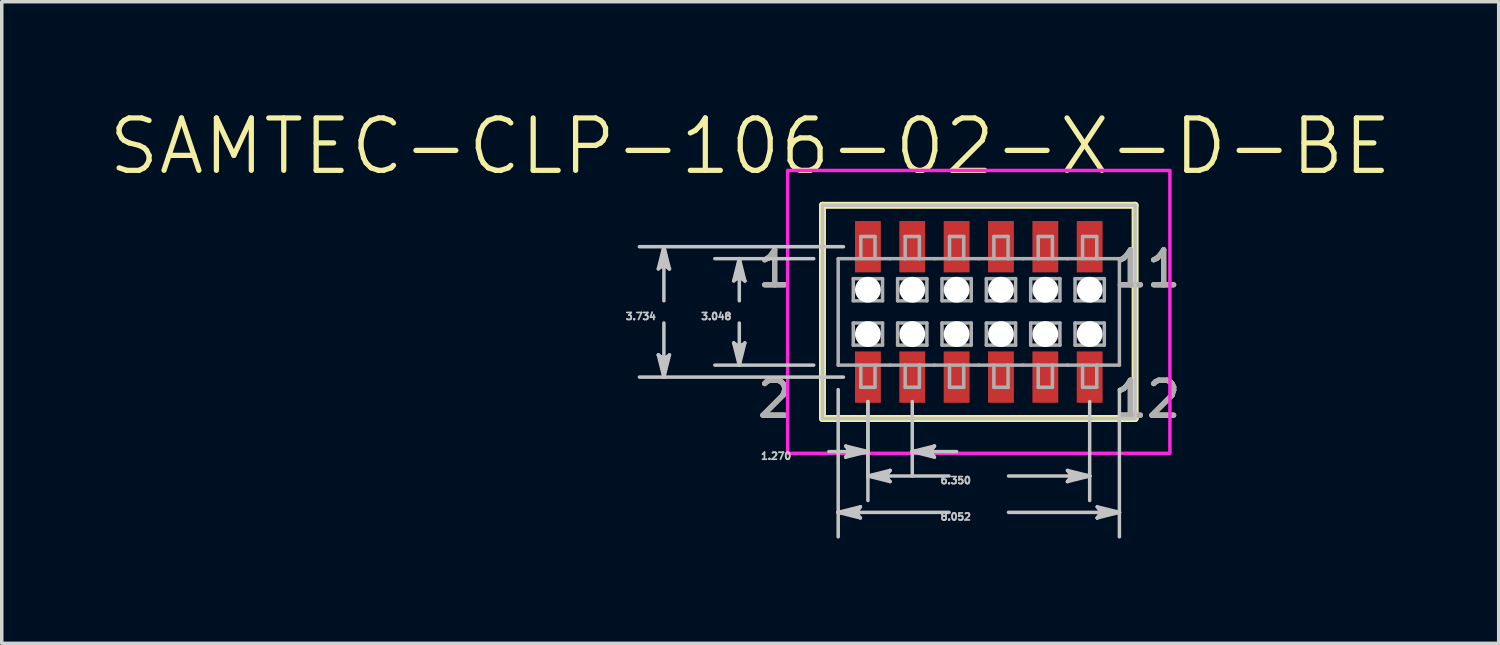
<source format=kicad_pcb>
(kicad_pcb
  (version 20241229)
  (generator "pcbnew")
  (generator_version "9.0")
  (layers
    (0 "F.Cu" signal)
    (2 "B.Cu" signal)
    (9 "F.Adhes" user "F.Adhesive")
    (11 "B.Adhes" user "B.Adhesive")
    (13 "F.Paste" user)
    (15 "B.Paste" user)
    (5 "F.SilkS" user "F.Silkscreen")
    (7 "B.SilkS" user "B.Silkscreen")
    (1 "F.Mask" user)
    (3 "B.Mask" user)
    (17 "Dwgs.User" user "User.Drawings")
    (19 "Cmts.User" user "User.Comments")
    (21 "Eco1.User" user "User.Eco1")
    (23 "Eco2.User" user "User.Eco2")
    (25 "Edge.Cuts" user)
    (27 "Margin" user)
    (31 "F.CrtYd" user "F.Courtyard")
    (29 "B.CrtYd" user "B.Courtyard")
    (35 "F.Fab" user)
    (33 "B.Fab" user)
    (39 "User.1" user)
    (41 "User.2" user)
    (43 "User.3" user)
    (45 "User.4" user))
  (footprint "SAMTEC-CLP-106-02-X-D-BE"
    (layer "F.Cu")
    (at 24.977 5.881)
    (property "Reference" "SAMTEC-CLP-106-02-X-D-BE" (at -6.545 -4.74 0) (layer "F.SilkS") (effects (font (size 1.5 1.5) (thickness 0.15))))
    (attr through_hole)
    (fp_circle (center -3.175 -0.635) (end -2.754 -0.635) (stroke (width 0.1) (type solid)) (fill no) (layer "F.Mask"))
    (fp_circle (center -3.175 0.635) (end -2.754 0.635) (stroke (width 0.1) (type solid)) (fill no) (layer "F.Mask"))
    (fp_circle (center -1.905 -0.635) (end -1.484 -0.635) (stroke (width 0.1) (type solid)) (fill no) (layer "F.Mask"))
    (fp_circle (center -1.905 0.635) (end -1.484 0.635) (stroke (width 0.1) (type solid)) (fill no) (layer "F.Mask"))
    (fp_circle (center -0.635 -0.635) (end -0.214 -0.635) (stroke (width 0.1) (type solid)) (fill no) (layer "F.Mask"))
    (fp_circle (center -0.635 0.635) (end -0.214 0.635) (stroke (width 0.1) (type solid)) (fill no) (layer "F.Mask"))
    (fp_circle (center 0.635 -0.635) (end 1.056 -0.635) (stroke (width 0.1) (type solid)) (fill no) (layer "F.Mask"))
    (fp_circle (center 0.635 0.635) (end 1.056 0.635) (stroke (width 0.1) (type solid)) (fill no) (layer "F.Mask"))
    (fp_circle (center 1.905 -0.635) (end 2.326 -0.635) (stroke (width 0.1) (type solid)) (fill no) (layer "F.Mask"))
    (fp_circle (center 1.905 0.635) (end 2.326 0.635) (stroke (width 0.1) (type solid)) (fill no) (layer "F.Mask"))
    (fp_circle (center 3.175 -0.635) (end 3.596 -0.635) (stroke (width 0.1) (type solid)) (fill no) (layer "F.Mask"))
    (fp_circle (center 3.175 0.635) (end 3.596 0.635) (stroke (width 0.1) (type solid)) (fill no) (layer "F.Mask"))
    (fp_poly (pts (xy -3.596 -2.653) (xy -2.754 -2.653) (xy -2.754 -1.081) (xy -3.596 -1.081)) (stroke (width 0.01) (type solid)) (fill yes) (layer "F.Mask"))
    (fp_poly (pts (xy -3.596 1.081) (xy -2.754 1.081) (xy -2.754 2.653) (xy -3.596 2.653)) (stroke (width 0.01) (type solid)) (fill yes) (layer "F.Mask"))
    (fp_poly (pts (xy -2.326 -2.653) (xy -1.484 -2.653) (xy -1.484 -1.081) (xy -2.326 -1.081)) (stroke (width 0.01) (type solid)) (fill yes) (layer "F.Mask"))
    (fp_poly (pts (xy -2.326 1.081) (xy -1.484 1.081) (xy -1.484 2.653) (xy -2.326 2.653)) (stroke (width 0.01) (type solid)) (fill yes) (layer "F.Mask"))
    (fp_poly (pts (xy -1.056 -2.653) (xy -0.214 -2.653) (xy -0.214 -1.081) (xy -1.056 -1.081)) (stroke (width 0.01) (type solid)) (fill yes) (layer "F.Mask"))
    (fp_poly (pts (xy -1.056 1.081) (xy -0.214 1.081) (xy -0.214 2.653) (xy -1.056 2.653)) (stroke (width 0.01) (type solid)) (fill yes) (layer "F.Mask"))
    (fp_poly (pts (xy 0.214 -2.653) (xy 1.056 -2.653) (xy 1.056 -1.081) (xy 0.214 -1.081)) (stroke (width 0.01) (type solid)) (fill yes) (layer "F.Mask"))
    (fp_poly (pts (xy 0.214 1.081) (xy 1.056 1.081) (xy 1.056 2.653) (xy 0.214 2.653)) (stroke (width 0.01) (type solid)) (fill yes) (layer "F.Mask"))
    (fp_poly (pts (xy 1.484 -2.653) (xy 2.326 -2.653) (xy 2.326 -1.081) (xy 1.484 -1.081)) (stroke (width 0.01) (type solid)) (fill yes) (layer "F.Mask"))
    (fp_poly (pts (xy 1.484 1.081) (xy 2.326 1.081) (xy 2.326 2.653) (xy 1.484 2.653)) (stroke (width 0.01) (type solid)) (fill yes) (layer "F.Mask"))
    (fp_poly (pts (xy 2.754 -2.653) (xy 3.596 -2.653) (xy 3.596 -1.081) (xy 2.754 -1.081)) (stroke (width 0.01) (type solid)) (fill yes) (layer "F.Mask"))
    (fp_poly (pts (xy 2.754 1.081) (xy 3.596 1.081) (xy 3.596 2.653) (xy 2.754 2.653)) (stroke (width 0.01) (type solid)) (fill yes) (layer "F.Mask"))
    (fp_circle (center -3.175 -0.635) (end -2.754 -0.635) (stroke (width 0.1) (type solid)) (fill no) (layer "B.Mask"))
    (fp_circle (center -3.175 0.635) (end -2.754 0.635) (stroke (width 0.1) (type solid)) (fill no) (layer "B.Mask"))
    (fp_circle (center -1.905 -0.635) (end -1.484 -0.635) (stroke (width 0.1) (type solid)) (fill no) (layer "B.Mask"))
    (fp_circle (center -1.905 0.635) (end -1.484 0.635) (stroke (width 0.1) (type solid)) (fill no) (layer "B.Mask"))
    (fp_circle (center -0.635 -0.635) (end -0.214 -0.635) (stroke (width 0.1) (type solid)) (fill no) (layer "B.Mask"))
    (fp_circle (center -0.635 0.635) (end -0.214 0.635) (stroke (width 0.1) (type solid)) (fill no) (layer "B.Mask"))
    (fp_circle (center 0.635 -0.635) (end 1.056 -0.635) (stroke (width 0.1) (type solid)) (fill no) (layer "B.Mask"))
    (fp_circle (center 0.635 0.635) (end 1.056 0.635) (stroke (width 0.1) (type solid)) (fill no) (layer "B.Mask"))
    (fp_circle (center 1.905 -0.635) (end 2.326 -0.635) (stroke (width 0.1) (type solid)) (fill no) (layer "B.Mask"))
    (fp_circle (center 1.905 0.635) (end 2.326 0.635) (stroke (width 0.1) (type solid)) (fill no) (layer "B.Mask"))
    (fp_circle (center 3.175 -0.635) (end 3.596 -0.635) (stroke (width 0.1) (type solid)) (fill no) (layer "B.Mask"))
    (fp_circle (center 3.175 0.635) (end 3.596 0.635) (stroke (width 0.1) (type solid)) (fill no) (layer "B.Mask"))
    (fp_line (start -4.476 -3.053) (end -4.476 3.053) (stroke (width 0.2) (type solid)) (layer "F.SilkS"))
    (fp_line (start -4.476 3.053) (end 4.476 3.053) (stroke (width 0.2) (type solid)) (layer "F.SilkS"))
    (fp_line (start 4.476 -3.053) (end -4.476 -3.053) (stroke (width 0.2) (type solid)) (layer "F.SilkS"))
    (fp_line (start 4.476 3.053) (end 4.476 -3.053) (stroke (width 0.2) (type solid)) (layer "F.SilkS"))
    (fp_poly (pts (xy -3.545 -2.602) (xy -2.805 -2.602) (xy -2.805 -1.132) (xy -3.545 -1.132)) (stroke (width 0.01) (type solid)) (fill yes) (layer "F.Paste"))
    (fp_poly (pts (xy -3.545 1.132) (xy -2.805 1.132) (xy -2.805 2.602) (xy -3.545 2.602)) (stroke (width 0.01) (type solid)) (fill yes) (layer "F.Paste"))
    (fp_poly (pts (xy -2.275 -2.602) (xy -1.535 -2.602) (xy -1.535 -1.132) (xy -2.275 -1.132)) (stroke (width 0.01) (type solid)) (fill yes) (layer "F.Paste"))
    (fp_poly (pts (xy -2.275 1.132) (xy -1.535 1.132) (xy -1.535 2.602) (xy -2.275 2.602)) (stroke (width 0.01) (type solid)) (fill yes) (layer "F.Paste"))
    (fp_poly (pts (xy -1.005 -2.602) (xy -0.265 -2.602) (xy -0.265 -1.132) (xy -1.005 -1.132)) (stroke (width 0.01) (type solid)) (fill yes) (layer "F.Paste"))
    (fp_poly (pts (xy -1.005 1.132) (xy -0.265 1.132) (xy -0.265 2.602) (xy -1.005 2.602)) (stroke (width 0.01) (type solid)) (fill yes) (layer "F.Paste"))
    (fp_poly (pts (xy 0.265 -2.602) (xy 1.005 -2.602) (xy 1.005 -1.132) (xy 0.265 -1.132)) (stroke (width 0.01) (type solid)) (fill yes) (layer "F.Paste"))
    (fp_poly (pts (xy 0.265 1.132) (xy 1.005 1.132) (xy 1.005 2.602) (xy 0.265 2.602)) (stroke (width 0.01) (type solid)) (fill yes) (layer "F.Paste"))
    (fp_poly (pts (xy 1.535 -2.602) (xy 2.275 -2.602) (xy 2.275 -1.132) (xy 1.535 -1.132)) (stroke (width 0.01) (type solid)) (fill yes) (layer "F.Paste"))
    (fp_poly (pts (xy 1.535 1.132) (xy 2.275 1.132) (xy 2.275 2.602) (xy 1.535 2.602)) (stroke (width 0.01) (type solid)) (fill yes) (layer "F.Paste"))
    (fp_poly (pts (xy 2.805 -2.602) (xy 3.545 -2.602) (xy 3.545 -1.132) (xy 2.805 -1.132)) (stroke (width 0.01) (type solid)) (fill yes) (layer "F.Paste"))
    (fp_poly (pts (xy 2.805 1.132) (xy 3.545 1.132) (xy 3.545 2.602) (xy 2.805 2.602)) (stroke (width 0.01) (type solid)) (fill yes) (layer "F.Paste"))
    (fp_line (start -9.176 -1.232) (end -9.017 -1.359) (stroke (width 0.1) (type solid)) (layer "Dwgs.User"))
    (fp_line (start -9.176 1.232) (end -9.017 1.867) (stroke (width 0.1) (type solid)) (layer "Dwgs.User"))
    (fp_line (start -9.096 -1.295) (end -9.017 -1.359) (stroke (width 0.1) (type solid)) (layer "Dwgs.User"))
    (fp_line (start -9.096 1.295) (end -9.176 1.232) (stroke (width 0.1) (type solid)) (layer "Dwgs.User"))
    (fp_line (start -9.017 -1.867) (end -9.176 -1.232) (stroke (width 0.1) (type solid)) (layer "Dwgs.User"))
    (fp_line (start -9.017 -1.867) (end -9.096 -1.295) (stroke (width 0.1) (type solid)) (layer "Dwgs.User"))
    (fp_line (start -9.017 -1.867) (end -8.938 -1.295) (stroke (width 0.1) (type solid)) (layer "Dwgs.User"))
    (fp_line (start -9.017 -1.359) (end -9.017 -1.867) (stroke (width 0.1) (type solid)) (layer "Dwgs.User"))
    (fp_line (start -9.017 -1.359) (end -8.858 -1.232) (stroke (width 0.1) (type solid)) (layer "Dwgs.User"))
    (fp_line (start -9.017 -0.318) (end -9.017 -1.867) (stroke (width 0.1) (type solid)) (layer "Dwgs.User"))
    (fp_line (start -9.017 0.318) (end -9.017 1.867) (stroke (width 0.1) (type solid)) (layer "Dwgs.User"))
    (fp_line (start -9.017 1.359) (end -9.176 1.232) (stroke (width 0.1) (type solid)) (layer "Dwgs.User"))
    (fp_line (start -9.017 1.359) (end -9.017 1.867) (stroke (width 0.1) (type solid)) (layer "Dwgs.User"))
    (fp_line (start -9.017 1.867) (end -9.096 1.295) (stroke (width 0.1) (type solid)) (layer "Dwgs.User"))
    (fp_line (start -9.017 1.867) (end -8.938 1.295) (stroke (width 0.1) (type solid)) (layer "Dwgs.User"))
    (fp_line (start -9.017 1.867) (end -8.858 1.232) (stroke (width 0.1) (type solid)) (layer "Dwgs.User"))
    (fp_line (start -8.938 -1.295) (end -8.858 -1.232) (stroke (width 0.1) (type solid)) (layer "Dwgs.User"))
    (fp_line (start -8.938 1.295) (end -9.017 1.359) (stroke (width 0.1) (type solid)) (layer "Dwgs.User"))
    (fp_line (start -8.858 -1.232) (end -9.017 -1.867) (stroke (width 0.1) (type solid)) (layer "Dwgs.User"))
    (fp_line (start -8.858 1.232) (end -9.017 1.359) (stroke (width 0.1) (type solid)) (layer "Dwgs.User"))
    (fp_line (start -7.017 -0.889) (end -6.858 -1.016) (stroke (width 0.1) (type solid)) (layer "Dwgs.User"))
    (fp_line (start -7.017 0.889) (end -6.858 1.524) (stroke (width 0.1) (type solid)) (layer "Dwgs.User"))
    (fp_line (start -6.937 -0.952) (end -6.858 -1.016) (stroke (width 0.1) (type solid)) (layer "Dwgs.User"))
    (fp_line (start -6.937 0.952) (end -7.017 0.889) (stroke (width 0.1) (type solid)) (layer "Dwgs.User"))
    (fp_line (start -6.858 -1.524) (end -7.017 -0.889) (stroke (width 0.1) (type solid)) (layer "Dwgs.User"))
    (fp_line (start -6.858 -1.524) (end -6.937 -0.952) (stroke (width 0.1) (type solid)) (layer "Dwgs.User"))
    (fp_line (start -6.858 -1.524) (end -6.779 -0.952) (stroke (width 0.1) (type solid)) (layer "Dwgs.User"))
    (fp_line (start -6.858 -1.016) (end -6.858 -1.524) (stroke (width 0.1) (type solid)) (layer "Dwgs.User"))
    (fp_line (start -6.858 -1.016) (end -6.699 -0.889) (stroke (width 0.1) (type solid)) (layer "Dwgs.User"))
    (fp_line (start -6.858 -0.318) (end -6.858 -1.524) (stroke (width 0.1) (type solid)) (layer "Dwgs.User"))
    (fp_line (start -6.858 0.318) (end -6.858 1.524) (stroke (width 0.1) (type solid)) (layer "Dwgs.User"))
    (fp_line (start -6.858 1.016) (end -7.017 0.889) (stroke (width 0.1) (type solid)) (layer "Dwgs.User"))
    (fp_line (start -6.858 1.016) (end -6.858 1.524) (stroke (width 0.1) (type solid)) (layer "Dwgs.User"))
    (fp_line (start -6.858 1.524) (end -6.937 0.952) (stroke (width 0.1) (type solid)) (layer "Dwgs.User"))
    (fp_line (start -6.858 1.524) (end -6.779 0.952) (stroke (width 0.1) (type solid)) (layer "Dwgs.User"))
    (fp_line (start -6.858 1.524) (end -6.699 0.889) (stroke (width 0.1) (type solid)) (layer "Dwgs.User"))
    (fp_line (start -6.779 -0.952) (end -6.699 -0.889) (stroke (width 0.1) (type solid)) (layer "Dwgs.User"))
    (fp_line (start -6.779 0.952) (end -6.858 1.016) (stroke (width 0.1) (type solid)) (layer "Dwgs.User"))
    (fp_line (start -6.699 -0.889) (end -6.858 -1.524) (stroke (width 0.1) (type solid)) (layer "Dwgs.User"))
    (fp_line (start -6.699 0.889) (end -6.858 1.016) (stroke (width 0.1) (type solid)) (layer "Dwgs.User"))
    (fp_line (start -4.727 -1.524) (end -7.559 -1.524) (stroke (width 0.1) (type solid)) (layer "Dwgs.User"))
    (fp_line (start -4.727 1.524) (end -7.559 1.524) (stroke (width 0.1) (type solid)) (layer "Dwgs.User"))
    (fp_line (start -4.476 -3.053) (end -4.476 3.053) (stroke (width 0.1) (type solid)) (layer "Dwgs.User"))
    (fp_line (start -4.476 3.053) (end 4.476 3.053) (stroke (width 0.1) (type solid)) (layer "Dwgs.User"))
    (fp_line (start -4.293 4) (end -3.175 4) (stroke (width 0.1) (type solid)) (layer "Dwgs.User"))
    (fp_line (start -4.026 2.225) (end -4.026 6.441) (stroke (width 0.1) (type solid)) (layer "Dwgs.User"))
    (fp_line (start -4.026 5.74) (end -3.454 5.661) (stroke (width 0.1) (type solid)) (layer "Dwgs.User"))
    (fp_line (start -4.026 5.74) (end -3.454 5.82) (stroke (width 0.1) (type solid)) (layer "Dwgs.User"))
    (fp_line (start -4.026 5.74) (end -3.391 5.899) (stroke (width 0.1) (type solid)) (layer "Dwgs.User"))
    (fp_line (start -3.876 -1.867) (end -9.718 -1.867) (stroke (width 0.1) (type solid)) (layer "Dwgs.User"))
    (fp_line (start -3.876 1.867) (end -9.718 1.867) (stroke (width 0.1) (type solid)) (layer "Dwgs.User"))
    (fp_line (start -3.81 3.842) (end -3.683 4) (stroke (width 0.1) (type solid)) (layer "Dwgs.User"))
    (fp_line (start -3.81 4.159) (end -3.175 4) (stroke (width 0.1) (type solid)) (layer "Dwgs.User"))
    (fp_line (start -3.746 3.921) (end -3.683 4) (stroke (width 0.1) (type solid)) (layer "Dwgs.User"))
    (fp_line (start -3.746 4.08) (end -3.81 4.159) (stroke (width 0.1) (type solid)) (layer "Dwgs.User"))
    (fp_line (start -3.683 4) (end -3.81 4.159) (stroke (width 0.1) (type solid)) (layer "Dwgs.User"))
    (fp_line (start -3.683 4) (end -3.175 4) (stroke (width 0.1) (type solid)) (layer "Dwgs.User"))
    (fp_line (start -3.518 5.74) (end -4.026 5.74) (stroke (width 0.1) (type solid)) (layer "Dwgs.User"))
    (fp_line (start -3.518 5.74) (end -3.391 5.582) (stroke (width 0.1) (type solid)) (layer "Dwgs.User"))
    (fp_line (start -3.454 5.661) (end -3.391 5.582) (stroke (width 0.1) (type solid)) (layer "Dwgs.User"))
    (fp_line (start -3.454 5.82) (end -3.518 5.74) (stroke (width 0.1) (type solid)) (layer "Dwgs.User"))
    (fp_line (start -3.391 5.582) (end -4.026 5.74) (stroke (width 0.1) (type solid)) (layer "Dwgs.User"))
    (fp_line (start -3.391 5.899) (end -3.518 5.74) (stroke (width 0.1) (type solid)) (layer "Dwgs.User"))
    (fp_line (start -3.175 2.568) (end -3.175 4.702) (stroke (width 0.1) (type solid)) (layer "Dwgs.User"))
    (fp_line (start -3.175 2.568) (end -3.175 5.4) (stroke (width 0.1) (type solid)) (layer "Dwgs.User"))
    (fp_line (start -3.175 4) (end -3.81 3.842) (stroke (width 0.1) (type solid)) (layer "Dwgs.User"))
    (fp_line (start -3.175 4) (end -3.746 3.921) (stroke (width 0.1) (type solid)) (layer "Dwgs.User"))
    (fp_line (start -3.175 4) (end -3.746 4.08) (stroke (width 0.1) (type solid)) (layer "Dwgs.User"))
    (fp_line (start -3.175 4.699) (end -2.604 4.62) (stroke (width 0.1) (type solid)) (layer "Dwgs.User"))
    (fp_line (start -3.175 4.699) (end -2.604 4.778) (stroke (width 0.1) (type solid)) (layer "Dwgs.User"))
    (fp_line (start -3.175 4.699) (end -2.54 4.858) (stroke (width 0.1) (type solid)) (layer "Dwgs.User"))
    (fp_line (start -2.667 4.699) (end -3.175 4.699) (stroke (width 0.1) (type solid)) (layer "Dwgs.User"))
    (fp_line (start -2.667 4.699) (end -2.54 4.54) (stroke (width 0.1) (type solid)) (layer "Dwgs.User"))
    (fp_line (start -2.604 4.62) (end -2.54 4.54) (stroke (width 0.1) (type solid)) (layer "Dwgs.User"))
    (fp_line (start -2.604 4.778) (end -2.667 4.699) (stroke (width 0.1) (type solid)) (layer "Dwgs.User"))
    (fp_line (start -2.54 4.54) (end -3.175 4.699) (stroke (width 0.1) (type solid)) (layer "Dwgs.User"))
    (fp_line (start -2.54 4.858) (end -2.667 4.699) (stroke (width 0.1) (type solid)) (layer "Dwgs.User"))
    (fp_line (start -1.905 2.568) (end -1.905 4.702) (stroke (width 0.1) (type solid)) (layer "Dwgs.User"))
    (fp_line (start -1.905 4) (end -1.334 3.921) (stroke (width 0.1) (type solid)) (layer "Dwgs.User"))
    (fp_line (start -1.905 4) (end -1.334 4.08) (stroke (width 0.1) (type solid)) (layer "Dwgs.User"))
    (fp_line (start -1.905 4) (end -1.27 4.159) (stroke (width 0.1) (type solid)) (layer "Dwgs.User"))
    (fp_line (start -1.397 4) (end -1.905 4) (stroke (width 0.1) (type solid)) (layer "Dwgs.User"))
    (fp_line (start -1.397 4) (end -1.27 3.842) (stroke (width 0.1) (type solid)) (layer "Dwgs.User"))
    (fp_line (start -1.334 3.921) (end -1.27 3.842) (stroke (width 0.1) (type solid)) (layer "Dwgs.User"))
    (fp_line (start -1.334 4.08) (end -1.397 4) (stroke (width 0.1) (type solid)) (layer "Dwgs.User"))
    (fp_line (start -1.27 3.842) (end -1.905 4) (stroke (width 0.1) (type solid)) (layer "Dwgs.User"))
    (fp_line (start -1.27 4.159) (end -1.397 4) (stroke (width 0.1) (type solid)) (layer "Dwgs.User"))
    (fp_line (start -0.851 4.699) (end -3.175 4.699) (stroke (width 0.1) (type solid)) (layer "Dwgs.User"))
    (fp_line (start -0.851 5.74) (end -4.026 5.74) (stroke (width 0.1) (type solid)) (layer "Dwgs.User"))
    (fp_line (start -0.635 4) (end -1.905 4) (stroke (width 0.1) (type solid)) (layer "Dwgs.User"))
    (fp_line (start 0.851 4.699) (end 3.175 4.699) (stroke (width 0.1) (type solid)) (layer "Dwgs.User"))
    (fp_line (start 0.851 5.74) (end 4.026 5.74) (stroke (width 0.1) (type solid)) (layer "Dwgs.User"))
    (fp_line (start 2.54 4.54) (end 2.667 4.699) (stroke (width 0.1) (type solid)) (layer "Dwgs.User"))
    (fp_line (start 2.54 4.858) (end 3.175 4.699) (stroke (width 0.1) (type solid)) (layer "Dwgs.User"))
    (fp_line (start 2.604 4.62) (end 2.667 4.699) (stroke (width 0.1) (type solid)) (layer "Dwgs.User"))
    (fp_line (start 2.604 4.778) (end 2.54 4.858) (stroke (width 0.1) (type solid)) (layer "Dwgs.User"))
    (fp_line (start 2.667 4.699) (end 2.54 4.858) (stroke (width 0.1) (type solid)) (layer "Dwgs.User"))
    (fp_line (start 2.667 4.699) (end 3.175 4.699) (stroke (width 0.1) (type solid)) (layer "Dwgs.User"))
    (fp_line (start 3.175 2.568) (end 3.175 5.4) (stroke (width 0.1) (type solid)) (layer "Dwgs.User"))
    (fp_line (start 3.175 4.699) (end 2.54 4.54) (stroke (width 0.1) (type solid)) (layer "Dwgs.User"))
    (fp_line (start 3.175 4.699) (end 2.604 4.62) (stroke (width 0.1) (type solid)) (layer "Dwgs.User"))
    (fp_line (start 3.175 4.699) (end 2.604 4.778) (stroke (width 0.1) (type solid)) (layer "Dwgs.User"))
    (fp_line (start 3.391 5.582) (end 3.518 5.74) (stroke (width 0.1) (type solid)) (layer "Dwgs.User"))
    (fp_line (start 3.391 5.899) (end 4.026 5.74) (stroke (width 0.1) (type solid)) (layer "Dwgs.User"))
    (fp_line (start 3.454 5.661) (end 3.518 5.74) (stroke (width 0.1) (type solid)) (layer "Dwgs.User"))
    (fp_line (start 3.454 5.82) (end 3.391 5.899) (stroke (width 0.1) (type solid)) (layer "Dwgs.User"))
    (fp_line (start 3.518 5.74) (end 3.391 5.899) (stroke (width 0.1) (type solid)) (layer "Dwgs.User"))
    (fp_line (start 3.518 5.74) (end 4.026 5.74) (stroke (width 0.1) (type solid)) (layer "Dwgs.User"))
    (fp_line (start 4.026 2.225) (end 4.026 6.441) (stroke (width 0.1) (type solid)) (layer "Dwgs.User"))
    (fp_line (start 4.026 5.74) (end 3.391 5.582) (stroke (width 0.1) (type solid)) (layer "Dwgs.User"))
    (fp_line (start 4.026 5.74) (end 3.454 5.661) (stroke (width 0.1) (type solid)) (layer "Dwgs.User"))
    (fp_line (start 4.026 5.74) (end 3.454 5.82) (stroke (width 0.1) (type solid)) (layer "Dwgs.User"))
    (fp_line (start 4.476 -3.053) (end -4.476 -3.053) (stroke (width 0.1) (type solid)) (layer "Dwgs.User"))
    (fp_line (start 4.476 3.053) (end 4.476 -3.053) (stroke (width 0.1) (type solid)) (layer "Dwgs.User"))
    (fp_poly (pts (xy 5.473 -4.05) (xy -5.473 -4.05) (xy -5.473 4.05) (xy 5.473 4.05) (xy 5.473 -4.05)) (stroke (width 0.1) (type solid)) (fill no) (layer "F.CrtYd"))
    (fp_line (start -4.026 -1.524) (end -2.542 -1.524) (stroke (width 0.1) (type solid)) (layer "F.Fab"))
    (fp_line (start -4.026 1.524) (end -4.026 -1.524) (stroke (width 0.1) (type solid)) (layer "F.Fab"))
    (fp_line (start -3.594 -0.952) (end -2.756 -0.952) (stroke (width 0.1) (type solid)) (layer "F.Fab"))
    (fp_line (start -3.594 -0.318) (end -3.594 -0.952) (stroke (width 0.1) (type solid)) (layer "F.Fab"))
    (fp_line (start -3.594 0.318) (end -2.756 0.318) (stroke (width 0.1) (type solid)) (layer "F.Fab"))
    (fp_line (start -3.594 0.952) (end -3.594 0.318) (stroke (width 0.1) (type solid)) (layer "F.Fab"))
    (fp_line (start -3.378 -2.159) (end -3.378 -1.524) (stroke (width 0.1) (type solid)) (layer "F.Fab"))
    (fp_line (start -3.378 1.524) (end -3.378 2.159) (stroke (width 0.1) (type solid)) (layer "F.Fab"))
    (fp_line (start -3.378 2.159) (end -2.972 2.159) (stroke (width 0.1) (type solid)) (layer "F.Fab"))
    (fp_line (start -2.972 -2.159) (end -3.378 -2.159) (stroke (width 0.1) (type solid)) (layer "F.Fab"))
    (fp_line (start -2.972 -1.524) (end -2.972 -2.159) (stroke (width 0.1) (type solid)) (layer "F.Fab"))
    (fp_line (start -2.972 2.159) (end -2.972 1.524) (stroke (width 0.1) (type solid)) (layer "F.Fab"))
    (fp_line (start -2.756 -0.952) (end -2.756 -0.318) (stroke (width 0.1) (type solid)) (layer "F.Fab"))
    (fp_line (start -2.756 -0.318) (end -3.594 -0.318) (stroke (width 0.1) (type solid)) (layer "F.Fab"))
    (fp_line (start -2.756 0.318) (end -2.756 0.952) (stroke (width 0.1) (type solid)) (layer "F.Fab"))
    (fp_line (start -2.756 0.952) (end -3.594 0.952) (stroke (width 0.1) (type solid)) (layer "F.Fab"))
    (fp_line (start -2.542 -1.524) (end -2.108 -1.524) (stroke (width 0.1) (type solid)) (layer "F.Fab"))
    (fp_line (start -2.54 1.524) (end -4.026 1.524) (stroke (width 0.1) (type solid)) (layer "F.Fab"))
    (fp_line (start -2.54 1.524) (end -2.108 1.524) (stroke (width 0.1) (type solid)) (layer "F.Fab"))
    (fp_line (start -2.324 -0.952) (end -1.486 -0.952) (stroke (width 0.1) (type solid)) (layer "F.Fab"))
    (fp_line (start -2.324 -0.318) (end -2.324 -0.952) (stroke (width 0.1) (type solid)) (layer "F.Fab"))
    (fp_line (start -2.324 0.318) (end -1.486 0.318) (stroke (width 0.1) (type solid)) (layer "F.Fab"))
    (fp_line (start -2.324 0.952) (end -2.324 0.318) (stroke (width 0.1) (type solid)) (layer "F.Fab"))
    (fp_line (start -2.108 -2.159) (end -1.702 -2.159) (stroke (width 0.1) (type solid)) (layer "F.Fab"))
    (fp_line (start -2.108 -1.524) (end -2.108 -2.159) (stroke (width 0.1) (type solid)) (layer "F.Fab"))
    (fp_line (start -2.108 -1.524) (end -1.702 -1.524) (stroke (width 0.1) (type solid)) (layer "F.Fab"))
    (fp_line (start -2.108 1.524) (end -2.108 2.159) (stroke (width 0.1) (type solid)) (layer "F.Fab"))
    (fp_line (start -2.108 1.524) (end -1.702 1.524) (stroke (width 0.1) (type solid)) (layer "F.Fab"))
    (fp_line (start -2.108 2.159) (end -1.702 2.159) (stroke (width 0.1) (type solid)) (layer "F.Fab"))
    (fp_line (start -1.702 -2.159) (end -1.702 -1.524) (stroke (width 0.1) (type solid)) (layer "F.Fab"))
    (fp_line (start -1.702 -1.524) (end -1.27 -1.524) (stroke (width 0.1) (type solid)) (layer "F.Fab"))
    (fp_line (start -1.702 1.524) (end -1.27 1.524) (stroke (width 0.1) (type solid)) (layer "F.Fab"))
    (fp_line (start -1.702 2.159) (end -1.702 1.524) (stroke (width 0.1) (type solid)) (layer "F.Fab"))
    (fp_line (start -1.486 -0.952) (end -1.486 -0.318) (stroke (width 0.1) (type solid)) (layer "F.Fab"))
    (fp_line (start -1.486 -0.318) (end -2.324 -0.318) (stroke (width 0.1) (type solid)) (layer "F.Fab"))
    (fp_line (start -1.486 0.318) (end -1.486 0.952) (stroke (width 0.1) (type solid)) (layer "F.Fab"))
    (fp_line (start -1.486 0.952) (end -2.324 0.952) (stroke (width 0.1) (type solid)) (layer "F.Fab"))
    (fp_line (start -1.272 -1.524) (end -0.838 -1.524) (stroke (width 0.1) (type solid)) (layer "F.Fab"))
    (fp_line (start -1.27 1.524) (end -0.838 1.524) (stroke (width 0.1) (type solid)) (layer "F.Fab"))
    (fp_line (start -1.054 -0.952) (end -0.216 -0.952) (stroke (width 0.1) (type solid)) (layer "F.Fab"))
    (fp_line (start -1.054 -0.318) (end -1.054 -0.952) (stroke (width 0.1) (type solid)) (layer "F.Fab"))
    (fp_line (start -1.054 0.318) (end -0.216 0.318) (stroke (width 0.1) (type solid)) (layer "F.Fab"))
    (fp_line (start -1.054 0.952) (end -1.054 0.318) (stroke (width 0.1) (type solid)) (layer "F.Fab"))
    (fp_line (start -0.838 -2.159) (end -0.432 -2.159) (stroke (width 0.1) (type solid)) (layer "F.Fab"))
    (fp_line (start -0.838 -1.524) (end -0.838 -2.159) (stroke (width 0.1) (type solid)) (layer "F.Fab"))
    (fp_line (start -0.838 -1.524) (end -0.432 -1.524) (stroke (width 0.1) (type solid)) (layer "F.Fab"))
    (fp_line (start -0.838 1.524) (end -0.838 2.159) (stroke (width 0.1) (type solid)) (layer "F.Fab"))
    (fp_line (start -0.838 1.524) (end -0.432 1.524) (stroke (width 0.1) (type solid)) (layer "F.Fab"))
    (fp_line (start -0.838 2.159) (end -0.432 2.159) (stroke (width 0.1) (type solid)) (layer "F.Fab"))
    (fp_line (start -0.432 -2.159) (end -0.432 -1.524) (stroke (width 0.1) (type solid)) (layer "F.Fab"))
    (fp_line (start -0.432 -1.524) (end 0 -1.524) (stroke (width 0.1) (type solid)) (layer "F.Fab"))
    (fp_line (start -0.432 1.524) (end 0 1.524) (stroke (width 0.1) (type solid)) (layer "F.Fab"))
    (fp_line (start -0.432 2.159) (end -0.432 1.524) (stroke (width 0.1) (type solid)) (layer "F.Fab"))
    (fp_line (start -0.216 -0.952) (end -0.216 -0.318) (stroke (width 0.1) (type solid)) (layer "F.Fab"))
    (fp_line (start -0.216 -0.318) (end -1.054 -0.318) (stroke (width 0.1) (type solid)) (layer "F.Fab"))
    (fp_line (start -0.216 0.318) (end -0.216 0.952) (stroke (width 0.1) (type solid)) (layer "F.Fab"))
    (fp_line (start -0.216 0.952) (end -1.054 0.952) (stroke (width 0.1) (type solid)) (layer "F.Fab"))
    (fp_line (start -0.002 -1.524) (end 0.432 -1.524) (stroke (width 0.1) (type solid)) (layer "F.Fab"))
    (fp_line (start 0 1.524) (end 0.432 1.524) (stroke (width 0.1) (type solid)) (layer "F.Fab"))
    (fp_line (start 0.216 -0.952) (end 1.054 -0.952) (stroke (width 0.1) (type solid)) (layer "F.Fab"))
    (fp_line (start 0.216 -0.318) (end 0.216 -0.952) (stroke (width 0.1) (type solid)) (layer "F.Fab"))
    (fp_line (start 0.216 0.318) (end 1.054 0.318) (stroke (width 0.1) (type solid)) (layer "F.Fab"))
    (fp_line (start 0.216 0.952) (end 0.216 0.318) (stroke (width 0.1) (type solid)) (layer "F.Fab"))
    (fp_line (start 0.432 -2.159) (end 0.838 -2.159) (stroke (width 0.1) (type solid)) (layer "F.Fab"))
    (fp_line (start 0.432 -1.524) (end 0.432 -2.159) (stroke (width 0.1) (type solid)) (layer "F.Fab"))
    (fp_line (start 0.432 -1.524) (end 0.838 -1.524) (stroke (width 0.1) (type solid)) (layer "F.Fab"))
    (fp_line (start 0.432 1.524) (end 0.432 2.159) (stroke (width 0.1) (type solid)) (layer "F.Fab"))
    (fp_line (start 0.432 1.524) (end 0.838 1.524) (stroke (width 0.1) (type solid)) (layer "F.Fab"))
    (fp_line (start 0.432 2.159) (end 0.838 2.159) (stroke (width 0.1) (type solid)) (layer "F.Fab"))
    (fp_line (start 0.838 -2.159) (end 0.838 -1.524) (stroke (width 0.1) (type solid)) (layer "F.Fab"))
    (fp_line (start 0.838 -1.524) (end 1.27 -1.524) (stroke (width 0.1) (type solid)) (layer "F.Fab"))
    (fp_line (start 0.838 1.524) (end 1.27 1.524) (stroke (width 0.1) (type solid)) (layer "F.Fab"))
    (fp_line (start 0.838 2.159) (end 0.838 1.524) (stroke (width 0.1) (type solid)) (layer "F.Fab"))
    (fp_line (start 1.054 -0.952) (end 1.054 -0.318) (stroke (width 0.1) (type solid)) (layer "F.Fab"))
    (fp_line (start 1.054 -0.318) (end 0.216 -0.318) (stroke (width 0.1) (type solid)) (layer "F.Fab"))
    (fp_line (start 1.054 0.318) (end 1.054 0.952) (stroke (width 0.1) (type solid)) (layer "F.Fab"))
    (fp_line (start 1.054 0.952) (end 0.216 0.952) (stroke (width 0.1) (type solid)) (layer "F.Fab"))
    (fp_line (start 1.268 -1.524) (end 1.702 -1.524) (stroke (width 0.1) (type solid)) (layer "F.Fab"))
    (fp_line (start 1.27 1.524) (end 1.702 1.524) (stroke (width 0.1) (type solid)) (layer "F.Fab"))
    (fp_line (start 1.486 -0.952) (end 2.324 -0.952) (stroke (width 0.1) (type solid)) (layer "F.Fab"))
    (fp_line (start 1.486 -0.318) (end 1.486 -0.952) (stroke (width 0.1) (type solid)) (layer "F.Fab"))
    (fp_line (start 1.486 0.318) (end 2.324 0.318) (stroke (width 0.1) (type solid)) (layer "F.Fab"))
    (fp_line (start 1.486 0.952) (end 1.486 0.318) (stroke (width 0.1) (type solid)) (layer "F.Fab"))
    (fp_line (start 1.702 -2.159) (end 2.108 -2.159) (stroke (width 0.1) (type solid)) (layer "F.Fab"))
    (fp_line (start 1.702 -1.524) (end 1.702 -2.159) (stroke (width 0.1) (type solid)) (layer "F.Fab"))
    (fp_line (start 1.702 -1.524) (end 2.108 -1.524) (stroke (width 0.1) (type solid)) (layer "F.Fab"))
    (fp_line (start 1.702 1.524) (end 1.702 2.159) (stroke (width 0.1) (type solid)) (layer "F.Fab"))
    (fp_line (start 1.702 1.524) (end 2.108 1.524) (stroke (width 0.1) (type solid)) (layer "F.Fab"))
    (fp_line (start 1.702 2.159) (end 2.108 2.159) (stroke (width 0.1) (type solid)) (layer "F.Fab"))
    (fp_line (start 2.108 -2.159) (end 2.108 -1.524) (stroke (width 0.1) (type solid)) (layer "F.Fab"))
    (fp_line (start 2.108 -1.524) (end 2.54 -1.524) (stroke (width 0.1) (type solid)) (layer "F.Fab"))
    (fp_line (start 2.108 1.524) (end 2.54 1.524) (stroke (width 0.1) (type solid)) (layer "F.Fab"))
    (fp_line (start 2.108 2.159) (end 2.108 1.524) (stroke (width 0.1) (type solid)) (layer "F.Fab"))
    (fp_line (start 2.324 -0.952) (end 2.324 -0.318) (stroke (width 0.1) (type solid)) (layer "F.Fab"))
    (fp_line (start 2.324 -0.318) (end 1.486 -0.318) (stroke (width 0.1) (type solid)) (layer "F.Fab"))
    (fp_line (start 2.324 0.318) (end 2.324 0.952) (stroke (width 0.1) (type solid)) (layer "F.Fab"))
    (fp_line (start 2.324 0.952) (end 1.486 0.952) (stroke (width 0.1) (type solid)) (layer "F.Fab"))
    (fp_line (start 2.54 -1.524) (end 4.026 -1.524) (stroke (width 0.1) (type solid)) (layer "F.Fab"))
    (fp_line (start 2.756 -0.952) (end 3.594 -0.952) (stroke (width 0.1) (type solid)) (layer "F.Fab"))
    (fp_line (start 2.756 -0.318) (end 2.756 -0.952) (stroke (width 0.1) (type solid)) (layer "F.Fab"))
    (fp_line (start 2.756 0.318) (end 3.594 0.318) (stroke (width 0.1) (type solid)) (layer "F.Fab"))
    (fp_line (start 2.756 0.952) (end 2.756 0.318) (stroke (width 0.1) (type solid)) (layer "F.Fab"))
    (fp_line (start 2.972 -2.159) (end 2.972 -1.524) (stroke (width 0.1) (type solid)) (layer "F.Fab"))
    (fp_line (start 2.972 1.524) (end 2.972 2.159) (stroke (width 0.1) (type solid)) (layer "F.Fab"))
    (fp_line (start 2.972 2.159) (end 3.378 2.159) (stroke (width 0.1) (type solid)) (layer "F.Fab"))
    (fp_line (start 3.378 -2.159) (end 2.972 -2.159) (stroke (width 0.1) (type solid)) (layer "F.Fab"))
    (fp_line (start 3.378 -1.524) (end 3.378 -2.159) (stroke (width 0.1) (type solid)) (layer "F.Fab"))
    (fp_line (start 3.378 2.159) (end 3.378 1.524) (stroke (width 0.1) (type solid)) (layer "F.Fab"))
    (fp_line (start 3.594 -0.952) (end 3.594 -0.318) (stroke (width 0.1) (type solid)) (layer "F.Fab"))
    (fp_line (start 3.594 -0.318) (end 2.756 -0.318) (stroke (width 0.1) (type solid)) (layer "F.Fab"))
    (fp_line (start 3.594 0.318) (end 3.594 0.952) (stroke (width 0.1) (type solid)) (layer "F.Fab"))
    (fp_line (start 3.594 0.952) (end 2.756 0.952) (stroke (width 0.1) (type solid)) (layer "F.Fab"))
    (fp_line (start 4.026 -1.524) (end 4.026 1.524) (stroke (width 0.1) (type solid)) (layer "F.Fab"))
    (fp_line (start 4.026 1.524) (end 2.54 1.524) (stroke (width 0.1) (type solid)) (layer "F.Fab"))
    (fp_text user "12" (at 4.817 2.502 0) (layer "F.SilkS") (effects (font (size 1 1) (thickness 0.15))))
    (fp_text user "1" (at -5.846 -1.232 0) (layer "F.SilkS") (effects (font (size 1 1) (thickness 0.15))))
    (fp_text user "2" (at -5.846 2.502 0) (layer "F.SilkS") (effects (font (size 1 1) (thickness 0.15))))
    (fp_text user "11" (at 4.817 -1.232 0) (layer "F.SilkS") (effects (font (size 1 1) (thickness 0.15))))
    (fp_text user "3.048" (at -7.518 0.127 0) (layer "Dwgs.User") (effects (font (size 0.2 0.2) (thickness 0.15))))
    (fp_text user "1.270" (at -5.804 4.128 0) (layer "Dwgs.User") (effects (font (size 0.2 0.2) (thickness 0.15))))
    (fp_text user "8.052" (at -0.66 5.867 0) (layer "Dwgs.User") (effects (font (size 0.2 0.2) (thickness 0.15))))
    (fp_text user "6.350" (at -0.66 4.826 0) (layer "Dwgs.User") (effects (font (size 0.2 0.2) (thickness 0.15))))
    (fp_text user "3.734" (at -9.677 0.127 0) (layer "Dwgs.User") (effects (font (size 0.2 0.2) (thickness 0.15))))
    (fp_text user "2" (at -5.846 2.502 0) (layer "F.Fab") (effects (font (size 1 1) (thickness 0.15))))
    (fp_text user "12" (at 4.817 2.502 0) (layer "F.Fab") (effects (font (size 1 1) (thickness 0.15))))
    (fp_text user "11" (at 4.817 -1.232 0) (layer "F.Fab") (effects (font (size 1 1) (thickness 0.15))))
    (fp_text user "1" (at -5.846 -1.232 0) (layer "F.Fab") (effects (font (size 1 1) (thickness 0.15))))
    (pad "" np_thru_hole circle (at -3.175 -0.635) (size 0.74 0.74) (drill 0.74) (layers "*.Cu" "*.Mask"))
    (pad "" np_thru_hole circle (at -3.175 0.635) (size 0.74 0.74) (drill 0.74) (layers "*.Cu" "*.Mask"))
    (pad "" np_thru_hole circle (at -1.905 -0.635) (size 0.74 0.74) (drill 0.74) (layers "*.Cu" "*.Mask"))
    (pad "" np_thru_hole circle (at -1.905 0.635) (size 0.74 0.74) (drill 0.74) (layers "*.Cu" "*.Mask"))
    (pad "" np_thru_hole circle (at -0.635 -0.635) (size 0.74 0.74) (drill 0.74) (layers "*.Cu" "*.Mask"))
    (pad "" np_thru_hole circle (at -0.635 0.635) (size 0.74 0.74) (drill 0.74) (layers "*.Cu" "*.Mask"))
    (pad "" np_thru_hole circle (at 0.635 -0.635) (size 0.74 0.74) (drill 0.74) (layers "*.Cu" "*.Mask"))
    (pad "" np_thru_hole circle (at 0.635 0.635) (size 0.74 0.74) (drill 0.74) (layers "*.Cu" "*.Mask"))
    (pad "" np_thru_hole circle (at 1.905 -0.635) (size 0.74 0.74) (drill 0.74) (layers "*.Cu" "*.Mask"))
    (pad "" np_thru_hole circle (at 1.905 0.635) (size 0.74 0.74) (drill 0.74) (layers "*.Cu" "*.Mask"))
    (pad "" np_thru_hole circle (at 3.175 -0.635) (size 0.74 0.74) (drill 0.74) (layers "*.Cu" "*.Mask"))
    (pad "" np_thru_hole circle (at 3.175 0.635) (size 0.74 0.74) (drill 0.74) (layers "*.Cu" "*.Mask"))
    (pad "1" smd rect (at -3.175 -1.867) (size 0.74 1.47) (layers "F.Cu" "F.Paste"))
    (pad "2" smd rect (at -3.175 1.867) (size 0.74 1.47) (layers "F.Cu" "F.Paste"))
    (pad "3" smd rect (at -1.905 -1.867) (size 0.74 1.47) (layers "F.Cu" "F.Paste"))
    (pad "4" smd rect (at -1.905 1.867) (size 0.74 1.47) (layers "F.Cu" "F.Paste"))
    (pad "5" smd rect (at -0.635 -1.867) (size 0.74 1.47) (layers "F.Cu" "F.Paste"))
    (pad "6" smd rect (at -0.635 1.867) (size 0.74 1.47) (layers "F.Cu" "F.Paste"))
    (pad "7" smd rect (at 0.635 -1.867) (size 0.74 1.47) (layers "F.Cu" "F.Paste"))
    (pad "8" smd rect (at 0.635 1.867) (size 0.74 1.47) (layers "F.Cu" "F.Paste"))
    (pad "9" smd rect (at 1.905 -1.867) (size 0.74 1.47) (layers "F.Cu" "F.Paste"))
    (pad "10" smd rect (at 1.905 1.867) (size 0.74 1.47) (layers "F.Cu" "F.Paste"))
    (pad "11" smd rect (at 3.175 -1.867) (size 0.74 1.47) (layers "F.Cu" "F.Paste"))
    (pad "12" smd rect (at 3.175 1.867) (size 0.74 1.47) (layers "F.Cu" "F.Paste")))
  (gr_rect
    (start -3 -3)
    (end 39.864 15.372)
    (stroke (width 0.1) (type default))
    (fill no)
    (layer "Edge.Cuts")))
</source>
